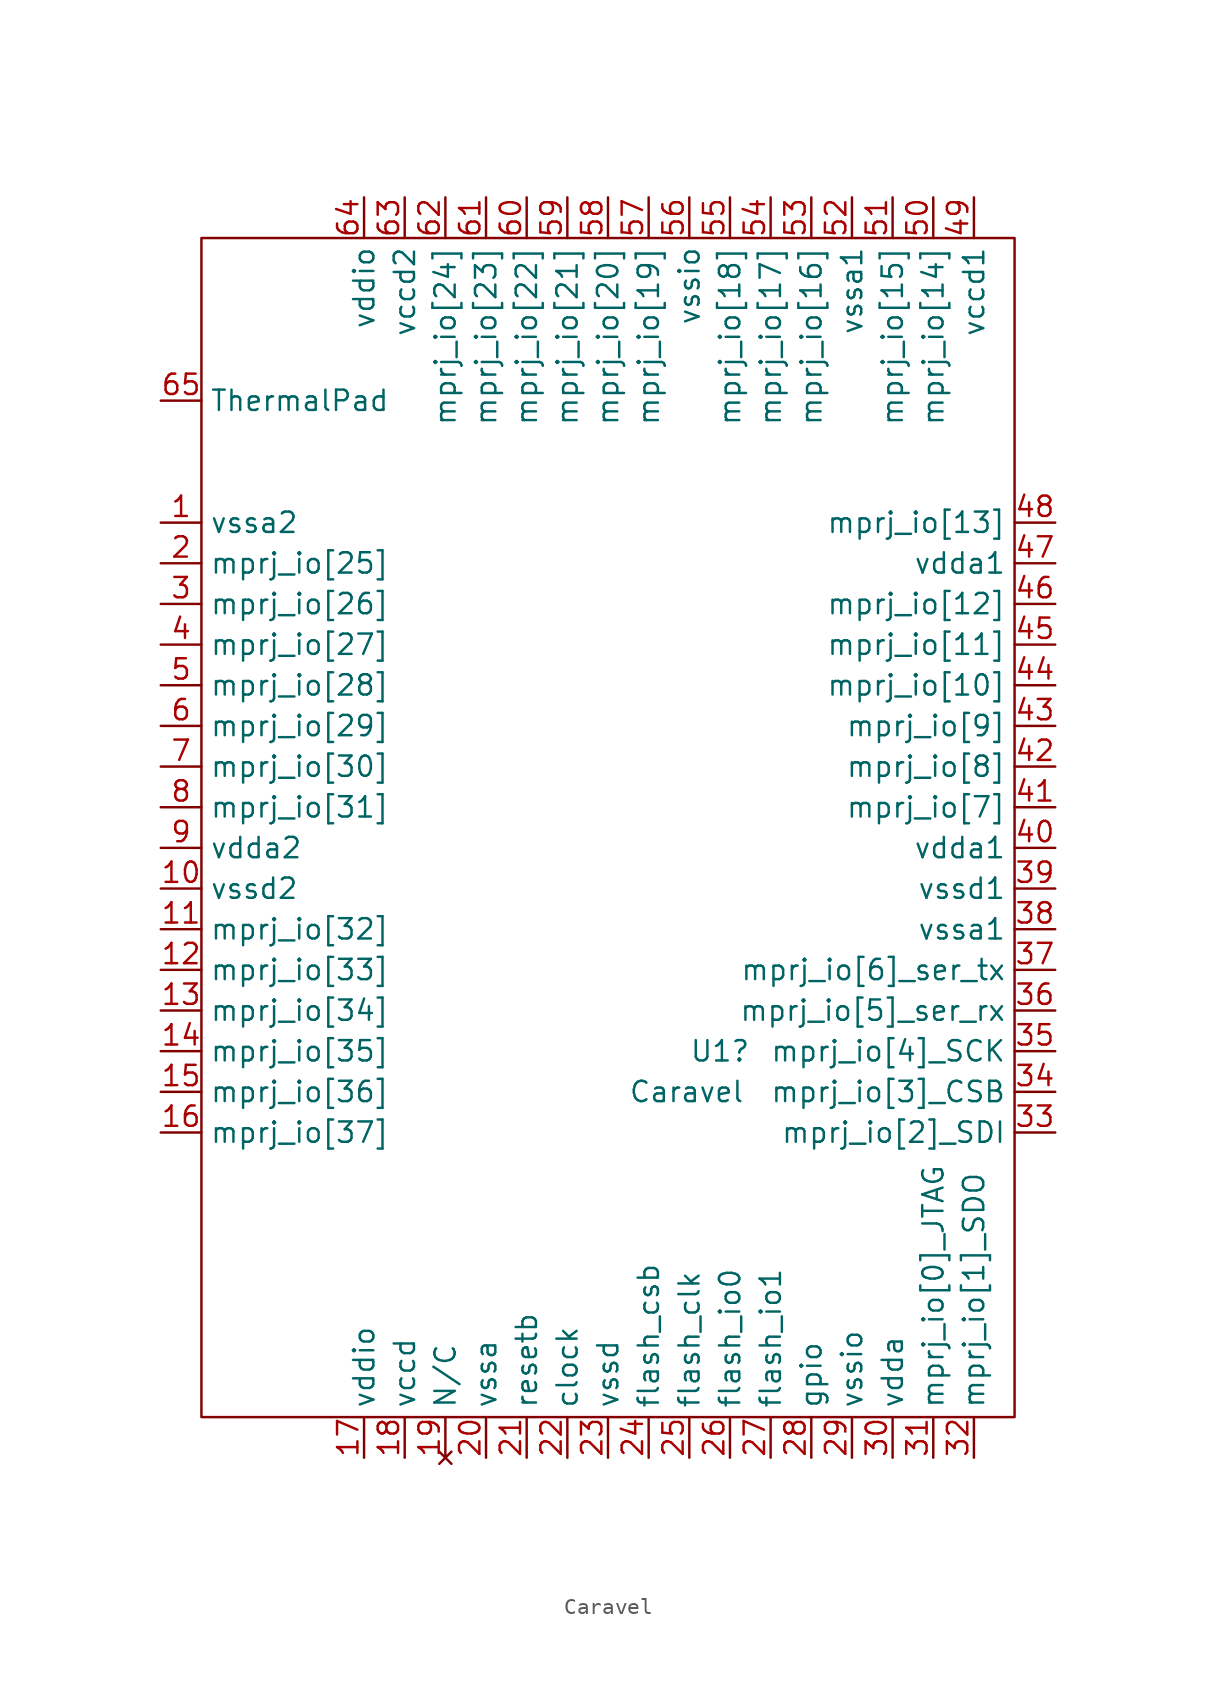
<source format=kicad_sym>
(kicad_symbol_lib
  (version 20220914)
  (generator kicad_symbol_editor)
  (symbol "Caravel"
    (property "Reference" "U1"
      (at 3.81 -10.16 0)
      (effects (font (size 1.27 1.27)) (justify left)))
    (property "Value" "Caravel"
      (at 0 -12.7 0)
      (effects (font (size 1.27 1.27)) (justify left)))
    (symbol "Caravel_0_1"
      (rectangle (start -26.67 40.64) (end 24.13 -33.02) (stroke (width 0) (type default)) (fill (type none))))
    (symbol "Caravel_1_1"
      (pin power_in line (at -29.21 22.86 0) (length 2.54) (name "vssa2" (effects (font (size 1.27 1.27)))) (number "1" (effects (font (size 1.27 1.27)))))
      (pin power_in line (at -29.21 0 0) (length 2.54) (name "vssd2" (effects (font (size 1.27 1.27)))) (number "10" (effects (font (size 1.27 1.27)))))
      (pin bidirectional line (at -29.21 -2.54 0) (length 2.54) (name "mprj_io[32]" (effects (font (size 1.27 1.27)))) (number "11" (effects (font (size 1.27 1.27)))))
      (pin bidirectional line (at -29.21 -5.08 0) (length 2.54) (name "mprj_io[33]" (effects (font (size 1.27 1.27)))) (number "12" (effects (font (size 1.27 1.27)))))
      (pin bidirectional line (at -29.21 -7.62 0) (length 2.54) (name "mprj_io[34]" (effects (font (size 1.27 1.27)))) (number "13" (effects (font (size 1.27 1.27)))))
      (pin bidirectional line (at -29.21 -10.16 0) (length 2.54) (name "mprj_io[35]" (effects (font (size 1.27 1.27)))) (number "14" (effects (font (size 1.27 1.27)))))
      (pin bidirectional line (at -29.21 -12.7 0) (length 2.54) (name "mprj_io[36]" (effects (font (size 1.27 1.27)))) (number "15" (effects (font (size 1.27 1.27)))))
      (pin bidirectional line (at -29.21 -15.24 0) (length 2.54) (name "mprj_io[37]" (effects (font (size 1.27 1.27)))) (number "16" (effects (font (size 1.27 1.27)))))
      (pin power_in line (at -16.51 -35.56 90) (length 2.54) (name "vddio" (effects (font (size 1.27 1.27)))) (number "17" (effects (font (size 1.27 1.27)))))
      (pin power_in line (at -13.97 -35.56 90) (length 2.54) (name "vccd" (effects (font (size 1.27 1.27)))) (number "18" (effects (font (size 1.27 1.27)))))
      (pin no_connect line (at -11.43 -35.56 90) (length 2.54) (name "N/C" (effects (font (size 1.27 1.27)))) (number "19" (effects (font (size 1.27 1.27)))))
      (pin bidirectional line (at -29.21 20.32 0) (length 2.54) (name "mprj_io[25]" (effects (font (size 1.27 1.27)))) (number "2" (effects (font (size 1.27 1.27)))))
      (pin power_in line (at -8.89 -35.56 90) (length 2.54) (name "vssa" (effects (font (size 1.27 1.27)))) (number "20" (effects (font (size 1.27 1.27)))))
      (pin input line (at -6.35 -35.56 90) (length 2.54) (name "resetb" (effects (font (size 1.27 1.27)))) (number "21" (effects (font (size 1.27 1.27)))))
      (pin input line (at -3.81 -35.56 90) (length 2.54) (name "clock" (effects (font (size 1.27 1.27)))) (number "22" (effects (font (size 1.27 1.27)))))
      (pin power_in line (at -1.27 -35.56 90) (length 2.54) (name "vssd" (effects (font (size 1.27 1.27)))) (number "23" (effects (font (size 1.27 1.27)))))
      (pin output line (at 1.27 -35.56 90) (length 2.54) (name "flash_csb" (effects (font (size 1.27 1.27)))) (number "24" (effects (font (size 1.27 1.27)))))
      (pin output line (at 3.81 -35.56 90) (length 2.54) (name "flash_clk" (effects (font (size 1.27 1.27)))) (number "25" (effects (font (size 1.27 1.27)))))
      (pin bidirectional line (at 6.35 -35.56 90) (length 2.54) (name "flash_io0" (effects (font (size 1.27 1.27)))) (number "26" (effects (font (size 1.27 1.27)))))
      (pin bidirectional line (at 8.89 -35.56 90) (length 2.54) (name "flash_io1" (effects (font (size 1.27 1.27)))) (number "27" (effects (font (size 1.27 1.27)))))
      (pin bidirectional line (at 11.43 -35.56 90) (length 2.54) (name "gpio" (effects (font (size 1.27 1.27)))) (number "28" (effects (font (size 1.27 1.27)))))
      (pin power_in line (at 13.97 -35.56 90) (length 2.54) (name "vssio" (effects (font (size 1.27 1.27)))) (number "29" (effects (font (size 1.27 1.27)))))
      (pin bidirectional line (at -29.21 17.78 0) (length 2.54) (name "mprj_io[26]" (effects (font (size 1.27 1.27)))) (number "3" (effects (font (size 1.27 1.27)))))
      (pin power_in line (at 16.51 -35.56 90) (length 2.54) (name "vdda" (effects (font (size 1.27 1.27)))) (number "30" (effects (font (size 1.27 1.27)))))
      (pin bidirectional line (at 19.05 -35.56 90) (length 2.54) (name "mprj_io[0]_JTAG" (effects (font (size 1.27 1.27)))) (number "31" (effects (font (size 1.27 1.27)))))
      (pin bidirectional line (at 21.59 -35.56 90) (length 2.54) (name "mprj_io[1]_SDO" (effects (font (size 1.27 1.27)))) (number "32" (effects (font (size 1.27 1.27)))))
      (pin bidirectional line (at 26.67 -15.24 180) (length 2.54) (name "mprj_io[2]_SDI" (effects (font (size 1.27 1.27)))) (number "33" (effects (font (size 1.27 1.27)))))
      (pin bidirectional line (at 26.67 -12.7 180) (length 2.54) (name "mprj_io[3]_CSB" (effects (font (size 1.27 1.27)))) (number "34" (effects (font (size 1.27 1.27)))))
      (pin bidirectional line (at 26.67 -10.16 180) (length 2.54) (name "mprj_io[4]_SCK" (effects (font (size 1.27 1.27)))) (number "35" (effects (font (size 1.27 1.27)))))
      (pin bidirectional line (at 26.67 -7.62 180) (length 2.54) (name "mprj_io[5]_ser_rx" (effects (font (size 1.27 1.27)))) (number "36" (effects (font (size 1.27 1.27)))))
      (pin bidirectional line (at 26.67 -5.08 180) (length 2.54) (name "mprj_io[6]_ser_tx" (effects (font (size 1.27 1.27)))) (number "37" (effects (font (size 1.27 1.27)))))
      (pin power_in line (at 26.67 -2.54 180) (length 2.54) (name "vssa1" (effects (font (size 1.27 1.27)))) (number "38" (effects (font (size 1.27 1.27)))))
      (pin power_in line (at 26.67 0 180) (length 2.54) (name "vssd1" (effects (font (size 1.27 1.27)))) (number "39" (effects (font (size 1.27 1.27)))))
      (pin bidirectional line (at -29.21 15.24 0) (length 2.54) (name "mprj_io[27]" (effects (font (size 1.27 1.27)))) (number "4" (effects (font (size 1.27 1.27)))))
      (pin power_in line (at 26.67 2.54 180) (length 2.54) (name "vdda1" (effects (font (size 1.27 1.27)))) (number "40" (effects (font (size 1.27 1.27)))))
      (pin bidirectional line (at 26.67 5.08 180) (length 2.54) (name "mprj_io[7]" (effects (font (size 1.27 1.27)))) (number "41" (effects (font (size 1.27 1.27)))))
      (pin bidirectional line (at 26.67 7.62 180) (length 2.54) (name "mprj_io[8]" (effects (font (size 1.27 1.27)))) (number "42" (effects (font (size 1.27 1.27)))))
      (pin bidirectional line (at 26.67 10.16 180) (length 2.54) (name "mprj_io[9]" (effects (font (size 1.27 1.27)))) (number "43" (effects (font (size 1.27 1.27)))))
      (pin bidirectional line (at 26.67 12.7 180) (length 2.54) (name "mprj_io[10]" (effects (font (size 1.27 1.27)))) (number "44" (effects (font (size 1.27 1.27)))))
      (pin bidirectional line (at 26.67 15.24 180) (length 2.54) (name "mprj_io[11]" (effects (font (size 1.27 1.27)))) (number "45" (effects (font (size 1.27 1.27)))))
      (pin bidirectional line (at 26.67 17.78 180) (length 2.54) (name "mprj_io[12]" (effects (font (size 1.27 1.27)))) (number "46" (effects (font (size 1.27 1.27)))))
      (pin power_in line (at 26.67 20.32 180) (length 2.54) (name "vdda1" (effects (font (size 1.27 1.27)))) (number "47" (effects (font (size 1.27 1.27)))))
      (pin bidirectional line (at 26.67 22.86 180) (length 2.54) (name "mprj_io[13]" (effects (font (size 1.27 1.27)))) (number "48" (effects (font (size 1.27 1.27)))))
      (pin power_in line (at 21.59 43.18 270) (length 2.54) (name "vccd1" (effects (font (size 1.27 1.27)))) (number "49" (effects (font (size 1.27 1.27)))))
      (pin bidirectional line (at -29.21 12.7 0) (length 2.54) (name "mprj_io[28]" (effects (font (size 1.27 1.27)))) (number "5" (effects (font (size 1.27 1.27)))))
      (pin bidirectional line (at 19.05 43.18 270) (length 2.54) (name "mprj_io[14]" (effects (font (size 1.27 1.27)))) (number "50" (effects (font (size 1.27 1.27)))))
      (pin bidirectional line (at 16.51 43.18 270) (length 2.54) (name "mprj_io[15]" (effects (font (size 1.27 1.27)))) (number "51" (effects (font (size 1.27 1.27)))))
      (pin power_in line (at 13.97 43.18 270) (length 2.54) (name "vssa1" (effects (font (size 1.27 1.27)))) (number "52" (effects (font (size 1.27 1.27)))))
      (pin bidirectional line (at 11.43 43.18 270) (length 2.54) (name "mprj_io[16]" (effects (font (size 1.27 1.27)))) (number "53" (effects (font (size 1.27 1.27)))))
      (pin bidirectional line (at 8.89 43.18 270) (length 2.54) (name "mprj_io[17]" (effects (font (size 1.27 1.27)))) (number "54" (effects (font (size 1.27 1.27)))))
      (pin bidirectional line (at 6.35 43.18 270) (length 2.54) (name "mprj_io[18]" (effects (font (size 1.27 1.27)))) (number "55" (effects (font (size 1.27 1.27)))))
      (pin power_in line (at 3.81 43.18 270) (length 2.54) (name "vssio" (effects (font (size 1.27 1.27)))) (number "56" (effects (font (size 1.27 1.27)))))
      (pin bidirectional line (at 1.27 43.18 270) (length 2.54) (name "mprj_io[19]" (effects (font (size 1.27 1.27)))) (number "57" (effects (font (size 1.27 1.27)))))
      (pin bidirectional line (at -1.27 43.18 270) (length 2.54) (name "mprj_io[20]" (effects (font (size 1.27 1.27)))) (number "58" (effects (font (size 1.27 1.27)))))
      (pin bidirectional line (at -3.81 43.18 270) (length 2.54) (name "mprj_io[21]" (effects (font (size 1.27 1.27)))) (number "59" (effects (font (size 1.27 1.27)))))
      (pin bidirectional line (at -29.21 10.16 0) (length 2.54) (name "mprj_io[29]" (effects (font (size 1.27 1.27)))) (number "6" (effects (font (size 1.27 1.27)))))
      (pin bidirectional line (at -6.35 43.18 270) (length 2.54) (name "mprj_io[22]" (effects (font (size 1.27 1.27)))) (number "60" (effects (font (size 1.27 1.27)))))
      (pin bidirectional line (at -8.89 43.18 270) (length 2.54) (name "mprj_io[23]" (effects (font (size 1.27 1.27)))) (number "61" (effects (font (size 1.27 1.27)))))
      (pin bidirectional line (at -11.43 43.18 270) (length 2.54) (name "mprj_io[24]" (effects (font (size 1.27 1.27)))) (number "62" (effects (font (size 1.27 1.27)))))
      (pin power_in line (at -13.97 43.18 270) (length 2.54) (name "vccd2" (effects (font (size 1.27 1.27)))) (number "63" (effects (font (size 1.27 1.27)))))
      (pin power_in line (at -16.51 43.18 270) (length 2.54) (name "vddio" (effects (font (size 1.27 1.27)))) (number "64" (effects (font (size 1.27 1.27)))))
      (pin power_in line (at -29.21 30.48 0) (length 2.54) (name "ThermalPad" (effects (font (size 1.27 1.27)))) (number "65" (effects (font (size 1.27 1.27)))))
      (pin bidirectional line (at -29.21 7.62 0) (length 2.54) (name "mprj_io[30]" (effects (font (size 1.27 1.27)))) (number "7" (effects (font (size 1.27 1.27)))))
      (pin bidirectional line (at -29.21 5.08 0) (length 2.54) (name "mprj_io[31]" (effects (font (size 1.27 1.27)))) (number "8" (effects (font (size 1.27 1.27)))))
      (pin power_in line (at -29.21 2.54 0) (length 2.54) (name "vdda2" (effects (font (size 1.27 1.27)))) (number "9" (effects (font (size 1.27 1.27))))))))
</source>
